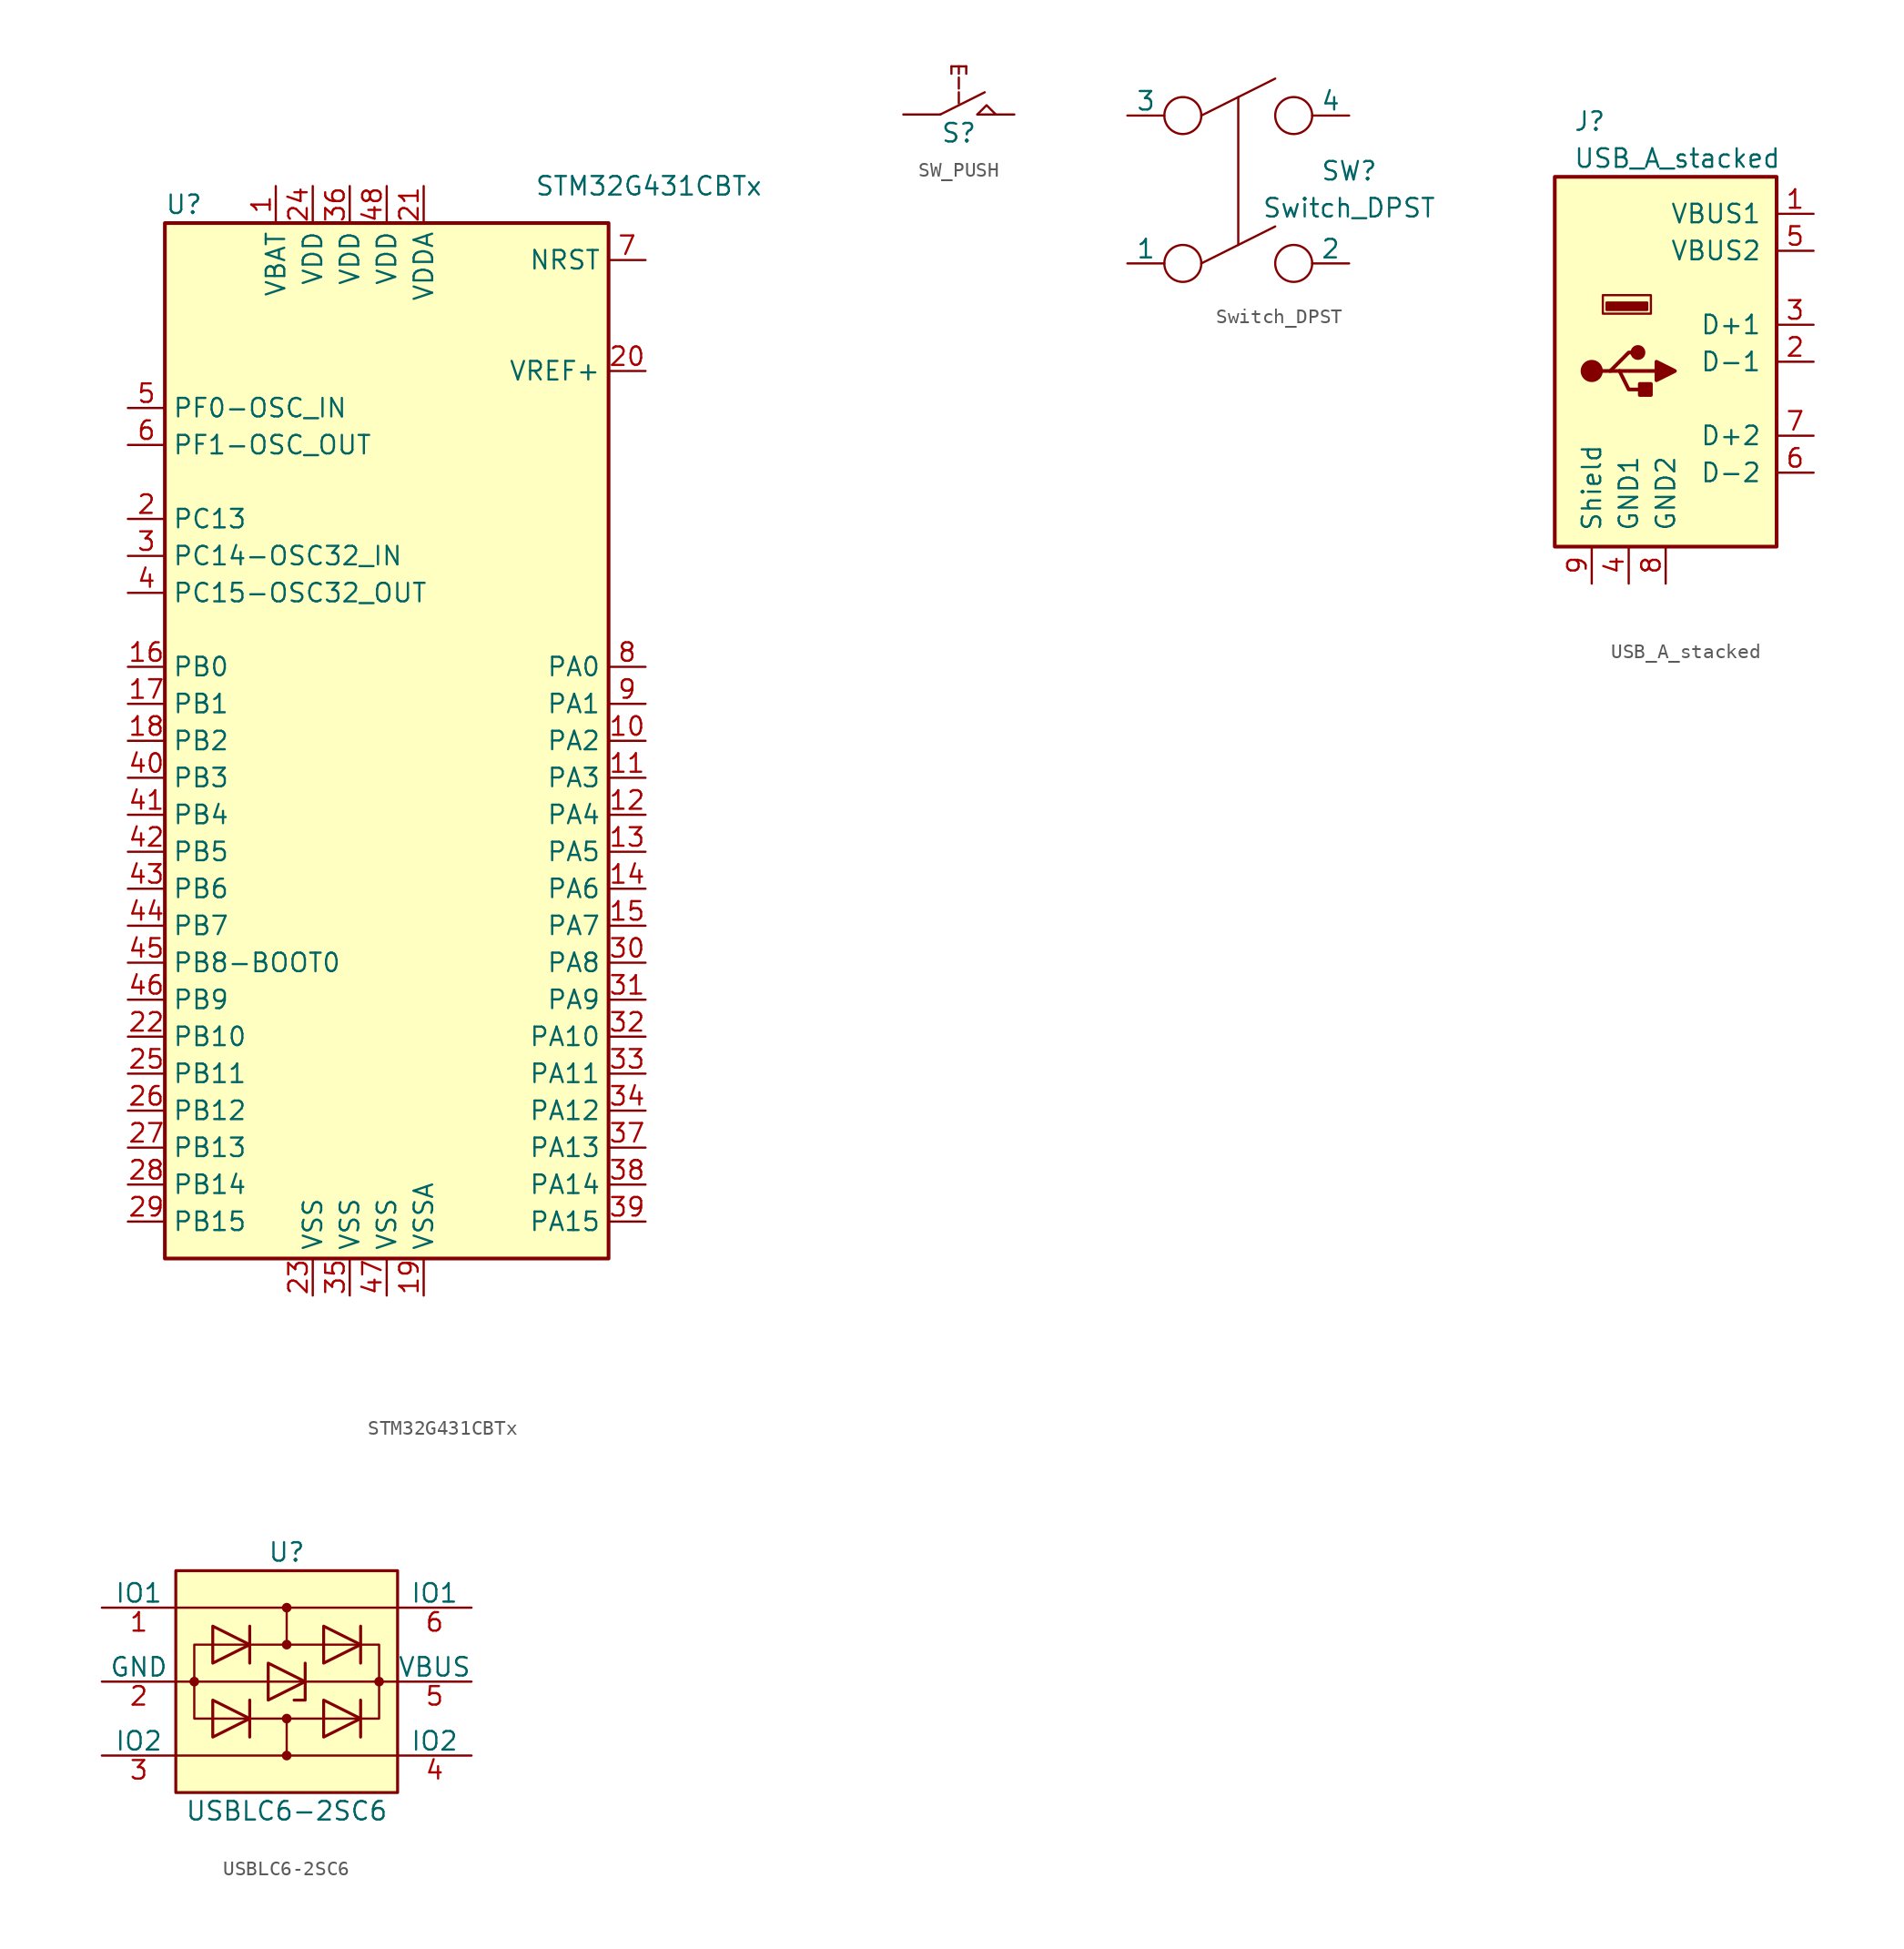
<source format=kicad_sym>
(kicad_symbol_lib
  (version 20220914)
  (generator kicad_symbol_editor)
  (symbol "STM32G431CBTx"
    (property "Reference" "U"
      (at -15.24 36.83 0)
      (effects (font (size 1.27 1.27)) (justify left)))
    (property "Value" "STM32G431CBTx"
      (at 10.16 38.1 0)
      (effects (font (size 1.27 1.27)) (justify left)))
    (symbol "STM32G431CBTx_0_1"
      (rectangle (start -15.24 -35.56) (end 15.24 35.56) (stroke (width 0.254) (type default)) (fill (type background))))
    (symbol "STM32G431CBTx_1_1"
      (pin power_in line (at -7.62 38.1 270) (length 2.54) (name "VBAT" (effects (font (size 1.27 1.27)))) (number "1" (effects (font (size 1.27 1.27)))))
      (pin bidirectional line (at 17.78 0 180) (length 2.54) (name "PA2" (effects (font (size 1.27 1.27)))) (number "10" (effects (font (size 1.27 1.27)))))
      (pin bidirectional line (at 17.78 -2.54 180) (length 2.54) (name "PA3" (effects (font (size 1.27 1.27)))) (number "11" (effects (font (size 1.27 1.27)))))
      (pin bidirectional line (at 17.78 -5.08 180) (length 2.54) (name "PA4" (effects (font (size 1.27 1.27)))) (number "12" (effects (font (size 1.27 1.27)))))
      (pin bidirectional line (at 17.78 -7.62 180) (length 2.54) (name "PA5" (effects (font (size 1.27 1.27)))) (number "13" (effects (font (size 1.27 1.27)))))
      (pin bidirectional line (at 17.78 -10.16 180) (length 2.54) (name "PA6" (effects (font (size 1.27 1.27)))) (number "14" (effects (font (size 1.27 1.27)))))
      (pin bidirectional line (at 17.78 -12.7 180) (length 2.54) (name "PA7" (effects (font (size 1.27 1.27)))) (number "15" (effects (font (size 1.27 1.27)))))
      (pin bidirectional line (at -17.78 5.08 0) (length 2.54) (name "PB0" (effects (font (size 1.27 1.27)))) (number "16" (effects (font (size 1.27 1.27)))))
      (pin bidirectional line (at -17.78 2.54 0) (length 2.54) (name "PB1" (effects (font (size 1.27 1.27)))) (number "17" (effects (font (size 1.27 1.27)))))
      (pin bidirectional line (at -17.78 0 0) (length 2.54) (name "PB2" (effects (font (size 1.27 1.27)))) (number "18" (effects (font (size 1.27 1.27)))))
      (pin power_in line (at 2.54 -38.1 90) (length 2.54) (name "VSSA" (effects (font (size 1.27 1.27)))) (number "19" (effects (font (size 1.27 1.27)))))
      (pin bidirectional line (at -17.78 15.24 0) (length 2.54) (name "PC13" (effects (font (size 1.27 1.27)))) (number "2" (effects (font (size 1.27 1.27)))))
      (pin power_in line (at 17.78 25.4 180) (length 2.54) (name "VREF+" (effects (font (size 1.27 1.27)))) (number "20" (effects (font (size 1.27 1.27)))))
      (pin power_in line (at 2.54 38.1 270) (length 2.54) (name "VDDA" (effects (font (size 1.27 1.27)))) (number "21" (effects (font (size 1.27 1.27)))))
      (pin bidirectional line (at -17.78 -20.32 0) (length 2.54) (name "PB10" (effects (font (size 1.27 1.27)))) (number "22" (effects (font (size 1.27 1.27)))))
      (pin power_in line (at -5.08 -38.1 90) (length 2.54) (name "VSS" (effects (font (size 1.27 1.27)))) (number "23" (effects (font (size 1.27 1.27)))))
      (pin power_in line (at -5.08 38.1 270) (length 2.54) (name "VDD" (effects (font (size 1.27 1.27)))) (number "24" (effects (font (size 1.27 1.27)))))
      (pin bidirectional line (at -17.78 -22.86 0) (length 2.54) (name "PB11" (effects (font (size 1.27 1.27)))) (number "25" (effects (font (size 1.27 1.27)))))
      (pin bidirectional line (at -17.78 -25.4 0) (length 2.54) (name "PB12" (effects (font (size 1.27 1.27)))) (number "26" (effects (font (size 1.27 1.27)))))
      (pin bidirectional line (at -17.78 -27.94 0) (length 2.54) (name "PB13" (effects (font (size 1.27 1.27)))) (number "27" (effects (font (size 1.27 1.27)))))
      (pin bidirectional line (at -17.78 -30.48 0) (length 2.54) (name "PB14" (effects (font (size 1.27 1.27)))) (number "28" (effects (font (size 1.27 1.27)))))
      (pin bidirectional line (at -17.78 -33.02 0) (length 2.54) (name "PB15" (effects (font (size 1.27 1.27)))) (number "29" (effects (font (size 1.27 1.27)))))
      (pin bidirectional line (at -17.78 12.7 0) (length 2.54) (name "PC14-OSC32_IN" (effects (font (size 1.27 1.27)))) (number "3" (effects (font (size 1.27 1.27)))))
      (pin bidirectional line (at 17.78 -15.24 180) (length 2.54) (name "PA8" (effects (font (size 1.27 1.27)))) (number "30" (effects (font (size 1.27 1.27)))))
      (pin bidirectional line (at 17.78 -17.78 180) (length 2.54) (name "PA9" (effects (font (size 1.27 1.27)))) (number "31" (effects (font (size 1.27 1.27)))))
      (pin bidirectional line (at 17.78 -20.32 180) (length 2.54) (name "PA10" (effects (font (size 1.27 1.27)))) (number "32" (effects (font (size 1.27 1.27)))))
      (pin bidirectional line (at 17.78 -22.86 180) (length 2.54) (name "PA11" (effects (font (size 1.27 1.27)))) (number "33" (effects (font (size 1.27 1.27)))))
      (pin bidirectional line (at 17.78 -25.4 180) (length 2.54) (name "PA12" (effects (font (size 1.27 1.27)))) (number "34" (effects (font (size 1.27 1.27)))))
      (pin power_in line (at -2.54 -38.1 90) (length 2.54) (name "VSS" (effects (font (size 1.27 1.27)))) (number "35" (effects (font (size 1.27 1.27)))))
      (pin power_in line (at -2.54 38.1 270) (length 2.54) (name "VDD" (effects (font (size 1.27 1.27)))) (number "36" (effects (font (size 1.27 1.27)))))
      (pin bidirectional line (at 17.78 -27.94 180) (length 2.54) (name "PA13" (effects (font (size 1.27 1.27)))) (number "37" (effects (font (size 1.27 1.27)))))
      (pin bidirectional line (at 17.78 -30.48 180) (length 2.54) (name "PA14" (effects (font (size 1.27 1.27)))) (number "38" (effects (font (size 1.27 1.27)))))
      (pin bidirectional line (at 17.78 -33.02 180) (length 2.54) (name "PA15" (effects (font (size 1.27 1.27)))) (number "39" (effects (font (size 1.27 1.27)))))
      (pin bidirectional line (at -17.78 10.16 0) (length 2.54) (name "PC15-OSC32_OUT" (effects (font (size 1.27 1.27)))) (number "4" (effects (font (size 1.27 1.27)))))
      (pin bidirectional line (at -17.78 -2.54 0) (length 2.54) (name "PB3" (effects (font (size 1.27 1.27)))) (number "40" (effects (font (size 1.27 1.27)))))
      (pin bidirectional line (at -17.78 -5.08 0) (length 2.54) (name "PB4" (effects (font (size 1.27 1.27)))) (number "41" (effects (font (size 1.27 1.27)))))
      (pin bidirectional line (at -17.78 -7.62 0) (length 2.54) (name "PB5" (effects (font (size 1.27 1.27)))) (number "42" (effects (font (size 1.27 1.27)))))
      (pin bidirectional line (at -17.78 -10.16 0) (length 2.54) (name "PB6" (effects (font (size 1.27 1.27)))) (number "43" (effects (font (size 1.27 1.27)))))
      (pin bidirectional line (at -17.78 -12.7 0) (length 2.54) (name "PB7" (effects (font (size 1.27 1.27)))) (number "44" (effects (font (size 1.27 1.27)))))
      (pin input line (at -17.78 -15.24 0) (length 2.54) (name "PB8-BOOT0" (effects (font (size 1.27 1.27)))) (number "45" (effects (font (size 1.27 1.27)))))
      (pin bidirectional line (at -17.78 -17.78 0) (length 2.54) (name "PB9" (effects (font (size 1.27 1.27)))) (number "46" (effects (font (size 1.27 1.27)))))
      (pin power_in line (at 0 -38.1 90) (length 2.54) (name "VSS" (effects (font (size 1.27 1.27)))) (number "47" (effects (font (size 1.27 1.27)))))
      (pin power_in line (at 0 38.1 270) (length 2.54) (name "VDD" (effects (font (size 1.27 1.27)))) (number "48" (effects (font (size 1.27 1.27)))))
      (pin input line (at -17.78 22.86 0) (length 2.54) (name "PF0-OSC_IN" (effects (font (size 1.27 1.27)))) (number "5" (effects (font (size 1.27 1.27)))))
      (pin input line (at -17.78 20.32 0) (length 2.54) (name "PF1-OSC_OUT" (effects (font (size 1.27 1.27)))) (number "6" (effects (font (size 1.27 1.27)))))
      (pin input line (at 17.78 33.02 180) (length 2.54) (name "NRST" (effects (font (size 1.27 1.27)))) (number "7" (effects (font (size 1.27 1.27)))))
      (pin bidirectional line (at 17.78 5.08 180) (length 2.54) (name "PA0" (effects (font (size 1.27 1.27)))) (number "8" (effects (font (size 1.27 1.27)))))
      (pin bidirectional line (at 17.78 2.54 180) (length 2.54) (name "PA1" (effects (font (size 1.27 1.27)))) (number "9" (effects (font (size 1.27 1.27)))))))
  (symbol "SW_PUSH"
    (pin_numbers hide)
    (pin_names
      (offset 1.016) hide)
    (property "Reference" "S"
      (at 0 -1.27 0)
      (effects (font (size 1.27 1.27))))
    (property "Datasheet" ""
      (at 0 0 0)
      (effects (font (size 1.27 1.27))))
    (symbol "SW_PUSH_0_1"
      (pin passive line (at -3.81 0 0) (length 2.54) (name "1" (effects (font (size 1.27 1.27)))) (number "1" (effects (font (size 1.27 1.27)))))
      (pin passive line (at 3.81 0 180) (length 2.54) (name "2" (effects (font (size 1.27 1.27)))) (number "2" (effects (font (size 1.27 1.27))))))
    (symbol "SW_PUSH_1_1"
      (polyline (pts (xy -1.27 0) (xy 1.778 1.524)) (stroke (width 0) (type default)) (fill (type none)))
      (polyline (pts (xy -0.508 3.302) (xy -0.508 2.794)) (stroke (width 0) (type default)) (fill (type none)))
      (polyline (pts (xy -0.508 3.302) (xy 0.508 3.302)) (stroke (width 0) (type default)) (fill (type none)))
      (polyline (pts (xy 0 0.762) (xy 0 1.524)) (stroke (width 0) (type default)) (fill (type none)))
      (polyline (pts (xy 0 1.778) (xy 0 2.54)) (stroke (width 0) (type default)) (fill (type none)))
      (polyline (pts (xy 0 2.794) (xy 0 3.302)) (stroke (width 0) (type default)) (fill (type none)))
      (polyline (pts (xy 0.508 3.302) (xy 0.508 2.794)) (stroke (width 0) (type default)) (fill (type none)))
      (polyline (pts (xy 1.27 0) (xy 1.905 0.635) (xy 2.54 0)) (stroke (width 0) (type default)) (fill (type none)))))
  (symbol "Switch_DPST"
    (pin_numbers hide)
    (pin_names
      (offset 0))
    (property "Reference" "SW"
      (at 7.62 1.27 0)
      (effects (font (size 1.27 1.27))))
    (property "Value" "Switch_DPST"
      (at 7.62 -1.27 0)
      (effects (font (size 1.27 1.27))))
    (property "Footprint" ""
      (at 0 0 0)
      (effects (font (size 1.27 1.27))))
    (property "Datasheet" ""
      (at 0 0 0)
      (effects (font (size 1.27 1.27))))
    (symbol "Switch_DPST_0_0"
      (circle (center -3.81 -5.08) (radius 1.27) (stroke (width 0) (type default)) (fill (type none)))
      (circle (center -3.81 5.08) (radius 1.27) (stroke (width 0) (type default)) (fill (type none)))
      (polyline (pts (xy -2.54 -5.08) (xy 2.54 -2.54)) (stroke (width 0) (type default)) (fill (type none)))
      (polyline (pts (xy -2.54 5.08) (xy 2.54 7.62)) (stroke (width 0) (type default)) (fill (type none)))
      (polyline (pts (xy 0 6.35) (xy 0 -3.81)) (stroke (width 0) (type default)) (fill (type none)))
      (circle (center 3.81 -5.08) (radius 1.27) (stroke (width 0) (type default)) (fill (type none)))
      (circle (center 3.81 5.08) (radius 1.27) (stroke (width 0) (type default)) (fill (type none))))
    (symbol "Switch_DPST_1_1"
      (pin input line (at -7.62 -5.08 0) (length 2.54) (name "1" (effects (font (size 1.27 1.27)))) (number "1" (effects (font (size 1.27 1.27)))))
      (pin input line (at 7.62 -5.08 180) (length 2.54) (name "2" (effects (font (size 1.27 1.27)))) (number "2" (effects (font (size 1.27 1.27)))))
      (pin input line (at -7.62 5.08 0) (length 2.54) (name "3" (effects (font (size 1.27 1.27)))) (number "3" (effects (font (size 1.27 1.27)))))
      (pin input line (at 7.62 5.08 180) (length 2.54) (name "4" (effects (font (size 1.27 1.27)))) (number "4" (effects (font (size 1.27 1.27)))))))
  (symbol "USB_A_stacked"
    (pin_names
      (offset 1.016))
    (property "Reference" "J"
      (at -6.35 16.51 0)
      (effects (font (size 1.27 1.27)) (justify left)))
    (property "Value" "USB_A_stacked"
      (at -6.35 13.97 0)
      (effects (font (size 1.27 1.27)) (justify left)))
    (symbol "USB_A_stacked_0_1"
      (rectangle (start -7.62 -12.7) (end 7.62 12.7) (stroke (width 0.254) (type default)) (fill (type background)))
      (circle (center -5.08 -0.635) (radius 0.635) (stroke (width 0.254) (type default)) (fill (type outline)))
      (circle (center -1.905 0.635) (radius 0.381) (stroke (width 0.254) (type default)) (fill (type outline)))
      (rectangle (start -1.27 3.556) (end -4.064 4.064) (stroke (width 0) (type default)) (fill (type outline)))
      (rectangle (start -1.016 -1.524) (end -1.778 -2.286) (stroke (width 0.254) (type default)) (fill (type outline)))
      (rectangle (start -1.016 3.302) (end -4.318 4.572) (stroke (width 0) (type default)) (fill (type none)))
      (polyline (pts (xy -4.445 -0.635) (xy -3.81 -0.635) (xy -2.54 0.635) (xy -1.905 0.635)) (stroke (width 0.254) (type default)) (fill (type none)))
      (polyline (pts (xy -3.81 -0.635) (xy -3.175 -0.635) (xy -2.54 -1.905) (xy -1.27 -1.905)) (stroke (width 0.254) (type default)) (fill (type none)))
      (polyline (pts (xy -0.635 0) (xy -0.635 -1.27) (xy 0.635 -0.635) (xy -0.635 0)) (stroke (width 0.254) (type default)) (fill (type outline))))
    (symbol "USB_A_stacked_1_1"
      (polyline (pts (xy -3.175 -0.635) (xy -0.635 -0.635)) (stroke (width 0.254) (type default)) (fill (type none)))
      (pin power_in line (at 10.16 10.16 180) (length 2.54) (name "VBUS1" (effects (font (size 1.27 1.27)))) (number "1" (effects (font (size 1.27 1.27)))))
      (pin passive line (at 10.16 0 180) (length 2.54) (name "D-1" (effects (font (size 1.27 1.27)))) (number "2" (effects (font (size 1.27 1.27)))))
      (pin passive line (at 10.16 2.54 180) (length 2.54) (name "D+1" (effects (font (size 1.27 1.27)))) (number "3" (effects (font (size 1.27 1.27)))))
      (pin power_in line (at -2.54 -15.24 90) (length 2.54) (name "GND1" (effects (font (size 1.27 1.27)))) (number "4" (effects (font (size 1.27 1.27)))))
      (pin power_in line (at 10.16 7.62 180) (length 2.54) (name "VBUS2" (effects (font (size 1.27 1.27)))) (number "5" (effects (font (size 1.27 1.27)))))
      (pin passive line (at 10.16 -7.62 180) (length 2.54) (name "D-2" (effects (font (size 1.27 1.27)))) (number "6" (effects (font (size 1.27 1.27)))))
      (pin passive line (at 10.16 -5.08 180) (length 2.54) (name "D+2" (effects (font (size 1.27 1.27)))) (number "7" (effects (font (size 1.27 1.27)))))
      (pin power_in line (at 0 -15.24 90) (length 2.54) (name "GND2" (effects (font (size 1.27 1.27)))) (number "8" (effects (font (size 1.27 1.27)))))
      (pin passive line (at -5.08 -15.24 90) (length 2.54) (name "Shield" (effects (font (size 1.27 1.27)))) (number "9" (effects (font (size 1.27 1.27)))))))
  (symbol "USBLC6-2SC6"
    (pin_names
      (offset 0))
    (property "Reference" "U"
      (at 0 8.89 0)
      (effects (font (size 1.27 1.27))))
    (property "Value" "USBLC6-2SC6"
      (at 0 -8.89 0)
      (effects (font (size 1.27 1.27))))
    (symbol "USBLC6-2SC6_0_1"
      (rectangle (start -7.62 7.62) (end 7.62 -7.62) (stroke (width 0.203) (type default)) (fill (type background)))
      (circle (center -6.35 0) (radius 0.254) (stroke (width 0) (type default)) (fill (type outline)))
      (circle (center 0 -5.08) (radius 0.254) (stroke (width 0) (type default)) (fill (type outline)))
      (circle (center 0 -2.54) (radius 0.254) (stroke (width 0) (type default)) (fill (type outline)))
      (polyline (pts (xy -7.62 0) (xy -6.35 0)) (stroke (width 0) (type default)) (fill (type none)))
      (polyline (pts (xy -6.35 0) (xy 1.27 0)) (stroke (width 0) (type default)) (fill (type none)))
      (polyline (pts (xy -2.54 -2.54) (xy 5.08 -2.54)) (stroke (width 0) (type default)) (fill (type none)))
      (polyline (pts (xy -2.54 -1.27) (xy -2.54 -3.81)) (stroke (width 0.203) (type default)) (fill (type none)))
      (polyline (pts (xy -2.54 1.27) (xy -2.54 3.81)) (stroke (width 0.203) (type default)) (fill (type none)))
      (polyline (pts (xy -2.54 2.54) (xy 5.08 2.54)) (stroke (width 0) (type default)) (fill (type none)))
      (polyline (pts (xy 0 -5.08) (xy -7.62 -5.08)) (stroke (width 0) (type default)) (fill (type none)))
      (polyline (pts (xy 0 5.08) (xy -7.62 5.08)) (stroke (width 0) (type default)) (fill (type none)))
      (polyline (pts (xy 1.27 0) (xy 6.35 0)) (stroke (width 0) (type default)) (fill (type none)))
      (polyline (pts (xy 5.08 -1.27) (xy 5.08 -3.81)) (stroke (width 0.203) (type default)) (fill (type none)))
      (polyline (pts (xy 5.08 1.27) (xy 5.08 3.81)) (stroke (width 0.203) (type default)) (fill (type none)))
      (polyline (pts (xy 6.35 0) (xy 7.62 0)) (stroke (width 0) (type default)) (fill (type none)))
      (polyline (pts (xy -6.35 0) (xy -6.35 2.54) (xy -2.54 2.54)) (stroke (width 0) (type default)) (fill (type none)))
      (polyline (pts (xy -2.54 -2.54) (xy -6.35 -2.54) (xy -6.35 0)) (stroke (width 0) (type default)) (fill (type none)))
      (polyline (pts (xy 0 -2.54) (xy 0 -5.08) (xy 7.62 -5.08)) (stroke (width 0) (type default)) (fill (type none)))
      (polyline (pts (xy 0 2.54) (xy 0 5.08) (xy 7.62 5.08)) (stroke (width 0) (type default)) (fill (type none)))
      (polyline (pts (xy -5.08 -3.81) (xy -5.08 -1.27) (xy -2.54 -2.54) (xy -5.08 -3.81)) (stroke (width 0.203) (type default)) (fill (type none)))
      (polyline (pts (xy -5.08 3.81) (xy -5.08 1.27) (xy -2.54 2.54) (xy -5.08 3.81)) (stroke (width 0.203) (type default)) (fill (type none)))
      (polyline (pts (xy -1.27 1.27) (xy -1.27 -1.27) (xy 1.27 0) (xy -1.27 1.27)) (stroke (width 0.203) (type default)) (fill (type none)))
      (polyline (pts (xy 0.508 -1.27) (xy 1.27 -1.27) (xy 1.27 0.762) (xy 1.27 1.27)) (stroke (width 0.203) (type default)) (fill (type none)))
      (polyline (pts (xy 2.54 -3.81) (xy 2.54 -1.27) (xy 5.08 -2.54) (xy 2.54 -3.81)) (stroke (width 0.203) (type default)) (fill (type none)))
      (polyline (pts (xy 2.54 3.81) (xy 2.54 1.27) (xy 5.08 2.54) (xy 2.54 3.81)) (stroke (width 0.203) (type default)) (fill (type none)))
      (polyline (pts (xy 5.08 2.54) (xy 6.35 2.54) (xy 6.35 -2.54) (xy 5.08 -2.54)) (stroke (width 0) (type default)) (fill (type none)))
      (circle (center 0 2.54) (radius 0.254) (stroke (width 0) (type default)) (fill (type outline)))
      (circle (center 0 5.08) (radius 0.254) (stroke (width 0) (type default)) (fill (type outline)))
      (circle (center 6.35 0) (radius 0.254) (stroke (width 0) (type default)) (fill (type outline))))
    (symbol "USBLC6-2SC6_1_1"
      (pin passive line (at -12.7 5.08 0) (length 5.08) (name "IO1" (effects (font (size 1.27 1.27)))) (number "1" (effects (font (size 1.27 1.27)))))
      (pin power_in line (at -12.7 0 0) (length 5.08) (name "GND" (effects (font (size 1.27 1.27)))) (number "2" (effects (font (size 1.27 1.27)))))
      (pin passive line (at -12.7 -5.08 0) (length 5.08) (name "IO2" (effects (font (size 1.27 1.27)))) (number "3" (effects (font (size 1.27 1.27)))))
      (pin passive line (at 12.7 -5.08 180) (length 5.08) (name "IO2" (effects (font (size 1.27 1.27)))) (number "4" (effects (font (size 1.27 1.27)))))
      (pin passive line (at 12.7 0 180) (length 5.08) (name "VBUS" (effects (font (size 1.27 1.27)))) (number "5" (effects (font (size 1.27 1.27)))))
      (pin passive line (at 12.7 5.08 180) (length 5.08) (name "IO1" (effects (font (size 1.27 1.27)))) (number "6" (effects (font (size 1.27 1.27))))))))
</source>
